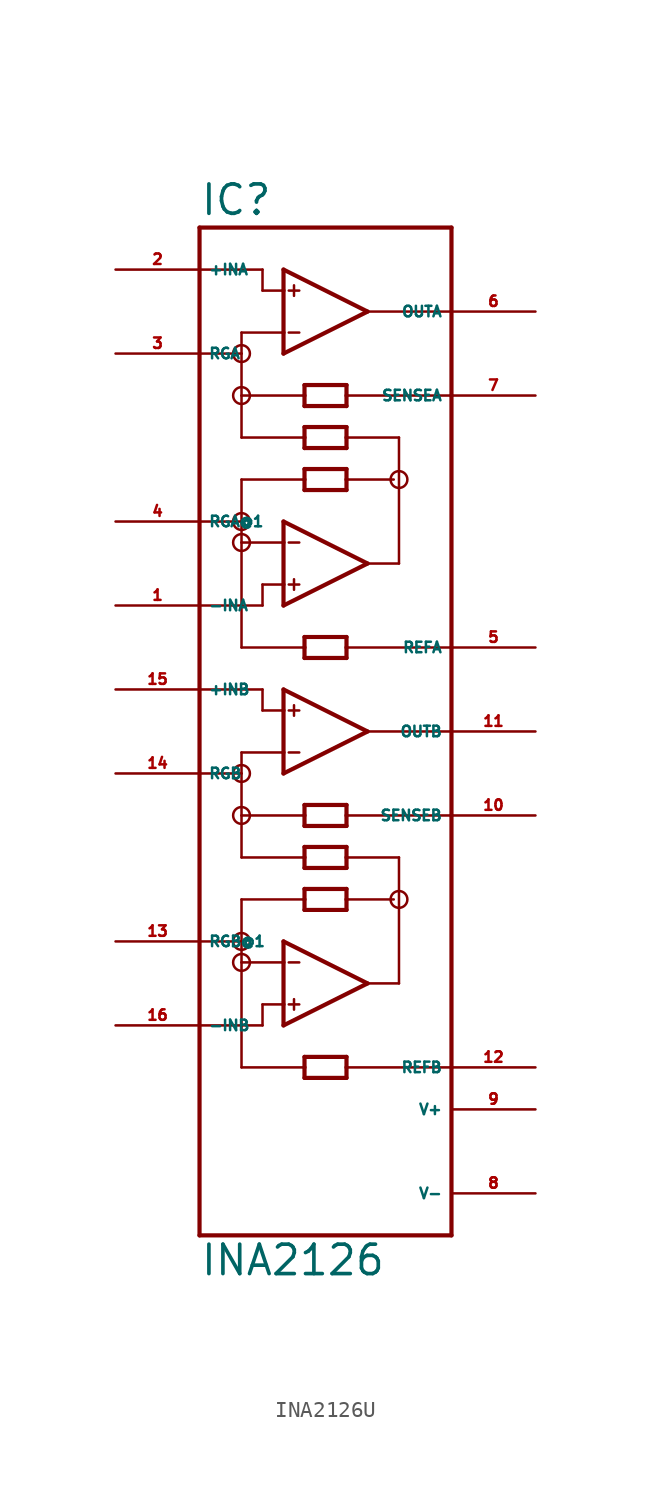
<source format=kicad_sym>
(kicad_symbol_lib
  (version 20220914)
  (generator Eagle2Kicad)
  (symbol "INA2126U"
    (property "Reference" "IC"
      (at -7.62 28.575 0)
      (effects (font (size 1.778 1.778) (thickness 0.22)) (justify left bottom)))
    (property "Value" "INA2126"
      (at -7.62 -35.56 0)
      (effects (font (size 1.778 1.778) (thickness 0.22)) (justify left bottom)))
    (polyline
      (pts (xy -2.54 20.32) (xy -2.54 21.59))
      (stroke (width 0.254) (type default))
      (fill (type none)))
    (polyline
      (pts (xy -2.54 21.59) (xy -2.54 24.13))
      (stroke (width 0.254) (type default))
      (fill (type none)))
    (polyline
      (pts (xy -2.54 24.13) (xy -2.54 25.4))
      (stroke (width 0.254) (type default))
      (fill (type none)))
    (polyline
      (pts (xy -2.54 25.4) (xy 2.54 22.86))
      (stroke (width 0.254) (type default))
      (fill (type none)))
    (polyline
      (pts (xy 2.54 22.86) (xy -2.54 20.32))
      (stroke (width 0.254) (type default))
      (fill (type none)))
    (polyline
      (pts (xy -2.54 24.13) (xy -3.81 24.13))
      (stroke (width 0.152) (type default))
      (fill (type none)))
    (polyline
      (pts (xy 1.27 15.875) (xy 1.27 15.24))
      (stroke (width 0.254) (type default))
      (fill (type none)))
    (polyline
      (pts (xy 1.27 15.24) (xy 1.27 14.605))
      (stroke (width 0.254) (type default))
      (fill (type none)))
    (polyline
      (pts (xy 1.27 14.605) (xy -1.27 14.605))
      (stroke (width 0.254) (type default))
      (fill (type none)))
    (polyline
      (pts (xy -1.27 14.605) (xy -1.27 15.24))
      (stroke (width 0.254) (type default))
      (fill (type none)))
    (polyline
      (pts (xy -1.27 15.24) (xy -1.27 15.875))
      (stroke (width 0.254) (type default))
      (fill (type none)))
    (polyline
      (pts (xy -1.27 15.875) (xy 1.27 15.875))
      (stroke (width 0.254) (type default))
      (fill (type none)))
    (polyline
      (pts (xy -1.27 18.415) (xy -1.27 17.78))
      (stroke (width 0.254) (type default))
      (fill (type none)))
    (polyline
      (pts (xy -1.27 17.78) (xy -1.27 17.145))
      (stroke (width 0.254) (type default))
      (fill (type none)))
    (polyline
      (pts (xy -1.27 17.145) (xy 1.27 17.145))
      (stroke (width 0.254) (type default))
      (fill (type none)))
    (polyline
      (pts (xy 1.27 17.145) (xy 1.27 17.78))
      (stroke (width 0.254) (type default))
      (fill (type none)))
    (polyline
      (pts (xy 1.27 17.78) (xy 1.27 18.415))
      (stroke (width 0.254) (type default))
      (fill (type none)))
    (polyline
      (pts (xy 1.27 18.415) (xy -1.27 18.415))
      (stroke (width 0.254) (type default))
      (fill (type none)))
    (polyline
      (pts (xy -2.54 21.59) (xy -5.08 21.59))
      (stroke (width 0.152) (type default))
      (fill (type none)))
    (polyline
      (pts (xy -5.08 21.59) (xy -5.08 20.32))
      (stroke (width 0.152) (type default))
      (fill (type none)))
    (polyline
      (pts (xy -2.223 24.13) (xy -1.587 24.13))
      (stroke (width 0.152) (type default))
      (fill (type none)))
    (polyline
      (pts (xy -2.223 21.59) (xy -1.587 21.59))
      (stroke (width 0.152) (type default))
      (fill (type none)))
    (polyline
      (pts (xy -1.905 24.448) (xy -1.905 23.812))
      (stroke (width 0.152) (type default))
      (fill (type none)))
    (polyline
      (pts (xy 2.54 22.86) (xy 7.62 22.86))
      (stroke (width 0.152) (type default))
      (fill (type none)))
    (polyline
      (pts (xy -2.54 5.08) (xy -2.54 6.35))
      (stroke (width 0.254) (type default))
      (fill (type none)))
    (polyline
      (pts (xy -2.54 6.35) (xy -2.54 8.89))
      (stroke (width 0.254) (type default))
      (fill (type none)))
    (polyline
      (pts (xy -2.54 8.89) (xy -2.54 10.16))
      (stroke (width 0.254) (type default))
      (fill (type none)))
    (polyline
      (pts (xy -2.54 10.16) (xy 2.54 7.62))
      (stroke (width 0.254) (type default))
      (fill (type none)))
    (polyline
      (pts (xy 2.54 7.62) (xy -2.54 5.08))
      (stroke (width 0.254) (type default))
      (fill (type none)))
    (polyline
      (pts (xy 1.27 12.065) (xy 1.27 12.7))
      (stroke (width 0.254) (type default))
      (fill (type none)))
    (polyline
      (pts (xy 1.27 12.7) (xy 1.27 13.335))
      (stroke (width 0.254) (type default))
      (fill (type none)))
    (polyline
      (pts (xy 1.27 13.335) (xy -1.27 13.335))
      (stroke (width 0.254) (type default))
      (fill (type none)))
    (polyline
      (pts (xy -1.27 13.335) (xy -1.27 12.7))
      (stroke (width 0.254) (type default))
      (fill (type none)))
    (polyline
      (pts (xy -1.27 12.7) (xy -1.27 12.065))
      (stroke (width 0.254) (type default))
      (fill (type none)))
    (polyline
      (pts (xy -1.27 12.065) (xy 1.27 12.065))
      (stroke (width 0.254) (type default))
      (fill (type none)))
    (polyline
      (pts (xy -1.27 1.905) (xy -1.27 2.54))
      (stroke (width 0.254) (type default))
      (fill (type none)))
    (polyline
      (pts (xy -1.27 2.54) (xy -1.27 3.175))
      (stroke (width 0.254) (type default))
      (fill (type none)))
    (polyline
      (pts (xy -1.27 3.175) (xy 1.27 3.175))
      (stroke (width 0.254) (type default))
      (fill (type none)))
    (polyline
      (pts (xy 1.27 3.175) (xy 1.27 2.54))
      (stroke (width 0.254) (type default))
      (fill (type none)))
    (polyline
      (pts (xy 1.27 2.54) (xy 1.27 1.905))
      (stroke (width 0.254) (type default))
      (fill (type none)))
    (polyline
      (pts (xy 1.27 1.905) (xy -1.27 1.905))
      (stroke (width 0.254) (type default))
      (fill (type none)))
    (polyline
      (pts (xy -2.54 8.89) (xy -5.08 8.89))
      (stroke (width 0.152) (type default))
      (fill (type none)))
    (polyline
      (pts (xy -5.08 8.89) (xy -5.08 10.16))
      (stroke (width 0.152) (type default))
      (fill (type none)))
    (polyline
      (pts (xy -2.54 6.35) (xy -3.81 6.35))
      (stroke (width 0.152) (type default))
      (fill (type none)))
    (polyline
      (pts (xy -2.223 8.89) (xy -1.587 8.89))
      (stroke (width 0.152) (type default))
      (fill (type none)))
    (polyline
      (pts (xy -2.223 6.35) (xy -1.587 6.35))
      (stroke (width 0.152) (type default))
      (fill (type none)))
    (polyline
      (pts (xy -1.905 6.668) (xy -1.905 6.032))
      (stroke (width 0.152) (type default))
      (fill (type none)))
    (polyline
      (pts (xy 2.54 7.62) (xy 4.445 7.62))
      (stroke (width 0.152) (type default))
      (fill (type none)))
    (polyline
      (pts (xy -7.62 25.4) (xy -3.81 25.4))
      (stroke (width 0.152) (type default))
      (fill (type none)))
    (polyline
      (pts (xy -3.81 25.4) (xy -3.81 24.13))
      (stroke (width 0.152) (type default))
      (fill (type none)))
    (polyline
      (pts (xy -7.62 20.32) (xy -5.08 20.32))
      (stroke (width 0.152) (type default))
      (fill (type none)))
    (polyline
      (pts (xy -5.08 20.32) (xy -5.08 17.78))
      (stroke (width 0.152) (type default))
      (fill (type none)))
    (polyline
      (pts (xy -5.08 17.78) (xy -1.27 17.78))
      (stroke (width 0.152) (type default))
      (fill (type none)))
    (polyline
      (pts (xy -3.81 6.35) (xy -3.81 5.08))
      (stroke (width 0.152) (type default))
      (fill (type none)))
    (polyline
      (pts (xy -3.81 5.08) (xy -7.62 5.08))
      (stroke (width 0.152) (type default))
      (fill (type none)))
    (polyline
      (pts (xy -7.62 10.16) (xy -5.08 10.16))
      (stroke (width 0.152) (type default))
      (fill (type none)))
    (polyline
      (pts (xy -5.08 15.24) (xy -1.27 15.24))
      (stroke (width 0.152) (type default))
      (fill (type none)))
    (polyline
      (pts (xy -5.08 17.78) (xy -5.08 15.24))
      (stroke (width 0.152) (type default))
      (fill (type none)))
    (polyline
      (pts (xy 1.27 15.24) (xy 4.445 15.24))
      (stroke (width 0.152) (type default))
      (fill (type none)))
    (polyline
      (pts (xy 4.445 15.24) (xy 4.445 7.62))
      (stroke (width 0.152) (type default))
      (fill (type none)))
    (polyline
      (pts (xy 1.27 12.7) (xy 4.128 12.7))
      (stroke (width 0.152) (type default))
      (fill (type none)))
    (polyline
      (pts (xy -1.27 12.7) (xy -5.08 12.7))
      (stroke (width 0.152) (type default))
      (fill (type none)))
    (polyline
      (pts (xy -5.08 12.7) (xy -5.08 10.16))
      (stroke (width 0.152) (type default))
      (fill (type none)))
    (polyline
      (pts (xy -5.08 8.89) (xy -5.08 2.54))
      (stroke (width 0.152) (type default))
      (fill (type none)))
    (polyline
      (pts (xy 1.27 2.54) (xy 7.62 2.54))
      (stroke (width 0.152) (type default))
      (fill (type none)))
    (polyline
      (pts (xy -5.08 2.54) (xy -1.27 2.54))
      (stroke (width 0.152) (type default))
      (fill (type none)))
    (polyline
      (pts (xy -2.54 -5.08) (xy -2.54 -3.81))
      (stroke (width 0.254) (type default))
      (fill (type none)))
    (polyline
      (pts (xy -2.54 -3.81) (xy -2.54 -1.27))
      (stroke (width 0.254) (type default))
      (fill (type none)))
    (polyline
      (pts (xy -2.54 -1.27) (xy -2.54 0))
      (stroke (width 0.254) (type default))
      (fill (type none)))
    (polyline
      (pts (xy -2.54 0) (xy 2.54 -2.54))
      (stroke (width 0.254) (type default))
      (fill (type none)))
    (polyline
      (pts (xy 2.54 -2.54) (xy -2.54 -5.08))
      (stroke (width 0.254) (type default))
      (fill (type none)))
    (polyline
      (pts (xy -2.54 -1.27) (xy -3.81 -1.27))
      (stroke (width 0.152) (type default))
      (fill (type none)))
    (polyline
      (pts (xy 1.27 -9.525) (xy 1.27 -10.16))
      (stroke (width 0.254) (type default))
      (fill (type none)))
    (polyline
      (pts (xy 1.27 -10.16) (xy 1.27 -10.795))
      (stroke (width 0.254) (type default))
      (fill (type none)))
    (polyline
      (pts (xy 1.27 -10.795) (xy -1.27 -10.795))
      (stroke (width 0.254) (type default))
      (fill (type none)))
    (polyline
      (pts (xy -1.27 -10.795) (xy -1.27 -10.16))
      (stroke (width 0.254) (type default))
      (fill (type none)))
    (polyline
      (pts (xy -1.27 -10.16) (xy -1.27 -9.525))
      (stroke (width 0.254) (type default))
      (fill (type none)))
    (polyline
      (pts (xy -1.27 -9.525) (xy 1.27 -9.525))
      (stroke (width 0.254) (type default))
      (fill (type none)))
    (polyline
      (pts (xy -1.27 -6.985) (xy -1.27 -7.62))
      (stroke (width 0.254) (type default))
      (fill (type none)))
    (polyline
      (pts (xy -1.27 -7.62) (xy -1.27 -8.255))
      (stroke (width 0.254) (type default))
      (fill (type none)))
    (polyline
      (pts (xy -1.27 -8.255) (xy 1.27 -8.255))
      (stroke (width 0.254) (type default))
      (fill (type none)))
    (polyline
      (pts (xy 1.27 -8.255) (xy 1.27 -7.62))
      (stroke (width 0.254) (type default))
      (fill (type none)))
    (polyline
      (pts (xy 1.27 -7.62) (xy 1.27 -6.985))
      (stroke (width 0.254) (type default))
      (fill (type none)))
    (polyline
      (pts (xy 1.27 -6.985) (xy -1.27 -6.985))
      (stroke (width 0.254) (type default))
      (fill (type none)))
    (polyline
      (pts (xy -2.54 -3.81) (xy -5.08 -3.81))
      (stroke (width 0.152) (type default))
      (fill (type none)))
    (polyline
      (pts (xy -5.08 -3.81) (xy -5.08 -5.08))
      (stroke (width 0.152) (type default))
      (fill (type none)))
    (polyline
      (pts (xy -2.223 -1.27) (xy -1.587 -1.27))
      (stroke (width 0.152) (type default))
      (fill (type none)))
    (polyline
      (pts (xy -2.223 -3.81) (xy -1.587 -3.81))
      (stroke (width 0.152) (type default))
      (fill (type none)))
    (polyline
      (pts (xy -1.905 -0.953) (xy -1.905 -1.587))
      (stroke (width 0.152) (type default))
      (fill (type none)))
    (polyline
      (pts (xy 2.54 -2.54) (xy 7.62 -2.54))
      (stroke (width 0.152) (type default))
      (fill (type none)))
    (polyline
      (pts (xy -2.54 -20.32) (xy -2.54 -19.05))
      (stroke (width 0.254) (type default))
      (fill (type none)))
    (polyline
      (pts (xy -2.54 -19.05) (xy -2.54 -16.51))
      (stroke (width 0.254) (type default))
      (fill (type none)))
    (polyline
      (pts (xy -2.54 -16.51) (xy -2.54 -15.24))
      (stroke (width 0.254) (type default))
      (fill (type none)))
    (polyline
      (pts (xy -2.54 -15.24) (xy 2.54 -17.78))
      (stroke (width 0.254) (type default))
      (fill (type none)))
    (polyline
      (pts (xy 2.54 -17.78) (xy -2.54 -20.32))
      (stroke (width 0.254) (type default))
      (fill (type none)))
    (polyline
      (pts (xy 1.27 -13.335) (xy 1.27 -12.7))
      (stroke (width 0.254) (type default))
      (fill (type none)))
    (polyline
      (pts (xy 1.27 -12.7) (xy 1.27 -12.065))
      (stroke (width 0.254) (type default))
      (fill (type none)))
    (polyline
      (pts (xy 1.27 -12.065) (xy -1.27 -12.065))
      (stroke (width 0.254) (type default))
      (fill (type none)))
    (polyline
      (pts (xy -1.27 -12.065) (xy -1.27 -12.7))
      (stroke (width 0.254) (type default))
      (fill (type none)))
    (polyline
      (pts (xy -1.27 -12.7) (xy -1.27 -13.335))
      (stroke (width 0.254) (type default))
      (fill (type none)))
    (polyline
      (pts (xy -1.27 -13.335) (xy 1.27 -13.335))
      (stroke (width 0.254) (type default))
      (fill (type none)))
    (polyline
      (pts (xy -1.27 -23.495) (xy -1.27 -22.86))
      (stroke (width 0.254) (type default))
      (fill (type none)))
    (polyline
      (pts (xy -1.27 -22.86) (xy -1.27 -22.225))
      (stroke (width 0.254) (type default))
      (fill (type none)))
    (polyline
      (pts (xy -1.27 -22.225) (xy 1.27 -22.225))
      (stroke (width 0.254) (type default))
      (fill (type none)))
    (polyline
      (pts (xy 1.27 -22.225) (xy 1.27 -22.86))
      (stroke (width 0.254) (type default))
      (fill (type none)))
    (polyline
      (pts (xy 1.27 -22.86) (xy 1.27 -23.495))
      (stroke (width 0.254) (type default))
      (fill (type none)))
    (polyline
      (pts (xy 1.27 -23.495) (xy -1.27 -23.495))
      (stroke (width 0.254) (type default))
      (fill (type none)))
    (polyline
      (pts (xy -2.54 -16.51) (xy -5.08 -16.51))
      (stroke (width 0.152) (type default))
      (fill (type none)))
    (polyline
      (pts (xy -5.08 -16.51) (xy -5.08 -15.24))
      (stroke (width 0.152) (type default))
      (fill (type none)))
    (polyline
      (pts (xy -2.54 -19.05) (xy -3.81 -19.05))
      (stroke (width 0.152) (type default))
      (fill (type none)))
    (polyline
      (pts (xy -2.223 -16.51) (xy -1.587 -16.51))
      (stroke (width 0.152) (type default))
      (fill (type none)))
    (polyline
      (pts (xy -2.223 -19.05) (xy -1.587 -19.05))
      (stroke (width 0.152) (type default))
      (fill (type none)))
    (polyline
      (pts (xy -1.905 -18.733) (xy -1.905 -19.367))
      (stroke (width 0.152) (type default))
      (fill (type none)))
    (polyline
      (pts (xy 2.54 -17.78) (xy 4.445 -17.78))
      (stroke (width 0.152) (type default))
      (fill (type none)))
    (polyline
      (pts (xy -7.62 0) (xy -3.81 0))
      (stroke (width 0.152) (type default))
      (fill (type none)))
    (polyline
      (pts (xy -3.81 0) (xy -3.81 -1.27))
      (stroke (width 0.152) (type default))
      (fill (type none)))
    (polyline
      (pts (xy -7.62 -5.08) (xy -5.08 -5.08))
      (stroke (width 0.152) (type default))
      (fill (type none)))
    (polyline
      (pts (xy -5.08 -5.08) (xy -5.08 -7.62))
      (stroke (width 0.152) (type default))
      (fill (type none)))
    (polyline
      (pts (xy -5.08 -7.62) (xy -1.27 -7.62))
      (stroke (width 0.152) (type default))
      (fill (type none)))
    (polyline
      (pts (xy -3.81 -19.05) (xy -3.81 -20.32))
      (stroke (width 0.152) (type default))
      (fill (type none)))
    (polyline
      (pts (xy -3.81 -20.32) (xy -7.62 -20.32))
      (stroke (width 0.152) (type default))
      (fill (type none)))
    (polyline
      (pts (xy -7.62 -15.24) (xy -5.08 -15.24))
      (stroke (width 0.152) (type default))
      (fill (type none)))
    (polyline
      (pts (xy -5.08 -10.16) (xy -1.27 -10.16))
      (stroke (width 0.152) (type default))
      (fill (type none)))
    (polyline
      (pts (xy -5.08 -7.62) (xy -5.08 -10.16))
      (stroke (width 0.152) (type default))
      (fill (type none)))
    (polyline
      (pts (xy 1.27 -10.16) (xy 4.445 -10.16))
      (stroke (width 0.152) (type default))
      (fill (type none)))
    (polyline
      (pts (xy 4.445 -10.16) (xy 4.445 -17.78))
      (stroke (width 0.152) (type default))
      (fill (type none)))
    (polyline
      (pts (xy 1.27 -12.7) (xy 4.128 -12.7))
      (stroke (width 0.152) (type default))
      (fill (type none)))
    (polyline
      (pts (xy -1.27 -12.7) (xy -5.08 -12.7))
      (stroke (width 0.152) (type default))
      (fill (type none)))
    (polyline
      (pts (xy -5.08 -12.7) (xy -5.08 -15.24))
      (stroke (width 0.152) (type default))
      (fill (type none)))
    (polyline
      (pts (xy -5.08 -16.51) (xy -5.08 -22.86))
      (stroke (width 0.152) (type default))
      (fill (type none)))
    (polyline
      (pts (xy -5.08 -22.86) (xy -1.27 -22.86))
      (stroke (width 0.152) (type default))
      (fill (type none)))
    (polyline
      (pts (xy 7.62 -33.02) (xy -7.62 -33.02))
      (stroke (width 0.254) (type default))
      (fill (type none)))
    (polyline
      (pts (xy -7.62 -33.02) (xy -7.62 27.94))
      (stroke (width 0.254) (type default))
      (fill (type none)))
    (polyline
      (pts (xy -7.62 27.94) (xy 7.62 27.94))
      (stroke (width 0.254) (type default))
      (fill (type none)))
    (polyline
      (pts (xy 7.62 27.94) (xy 7.62 17.78))
      (stroke (width 0.254) (type default))
      (fill (type none)))
    (polyline
      (pts (xy 7.62 17.78) (xy 7.62 2.54))
      (stroke (width 0.254) (type default))
      (fill (type none)))
    (polyline
      (pts (xy 7.62 2.54) (xy 7.62 -7.62))
      (stroke (width 0.254) (type default))
      (fill (type none)))
    (polyline
      (pts (xy 7.62 -7.62) (xy 7.62 -22.86))
      (stroke (width 0.254) (type default))
      (fill (type none)))
    (polyline
      (pts (xy 7.62 -22.86) (xy 7.62 -33.02))
      (stroke (width 0.254) (type default))
      (fill (type none)))
    (polyline
      (pts (xy 1.27 17.78) (xy 7.62 17.78))
      (stroke (width 0.152) (type default))
      (fill (type none)))
    (polyline
      (pts (xy 1.27 -22.86) (xy 7.62 -22.86))
      (stroke (width 0.152) (type default))
      (fill (type none)))
    (polyline
      (pts (xy 1.27 -7.62) (xy 7.62 -7.62))
      (stroke (width 0.152) (type default))
      (fill (type none)))
    (circle
      (center -5.08 20.32)
      (radius 0.508)
      (stroke (width 0) (type default))
      (fill (type none)))
    (circle
      (center -5.08 17.78)
      (radius 0.508)
      (stroke (width 0) (type default))
      (fill (type none)))
    (circle
      (center -5.08 10.16)
      (radius 0.508)
      (stroke (width 0) (type default))
      (fill (type none)))
    (circle
      (center -5.08 8.89)
      (radius 0.508)
      (stroke (width 0) (type default))
      (fill (type none)))
    (circle
      (center 4.445 12.7)
      (radius 0.508)
      (stroke (width 0) (type default))
      (fill (type none)))
    (circle
      (center -5.08 -5.08)
      (radius 0.508)
      (stroke (width 0) (type default))
      (fill (type none)))
    (circle
      (center -5.08 -7.62)
      (radius 0.508)
      (stroke (width 0) (type default))
      (fill (type none)))
    (circle
      (center -5.08 -16.51)
      (radius 0.508)
      (stroke (width 0) (type default))
      (fill (type none)))
    (circle
      (center -5.08 -15.24)
      (radius 0.508)
      (stroke (width 0) (type default))
      (fill (type none)))
    (circle
      (center 4.445 -12.7)
      (radius 0.508)
      (stroke (width 0) (type default))
      (fill (type none)))
    (pin input line
      (at -12.7 25.4 0)
      (length 5.08)
      (name "+INA" (effects (font (size 0.635 0.635) (thickness 0.08)) (justify left bottom)))
      (number "2" (effects (font (size 0.635 0.635) (thickness 0.08)) (justify left bottom))))
    (pin input line
      (at -12.7 5.08 0)
      (length 5.08)
      (name "-INA" (effects (font (size 0.635 0.635) (thickness 0.08)) (justify left bottom)))
      (number "1" (effects (font (size 0.635 0.635) (thickness 0.08)) (justify left bottom))))
    (pin input line
      (at -12.7 0 0)
      (length 5.08)
      (name "+INB" (effects (font (size 0.635 0.635) (thickness 0.08)) (justify left bottom)))
      (number "15" (effects (font (size 0.635 0.635) (thickness 0.08)) (justify left bottom))))
    (pin input line
      (at -12.7 -20.32 0)
      (length 5.08)
      (name "-INB" (effects (font (size 0.635 0.635) (thickness 0.08)) (justify left bottom)))
      (number "16" (effects (font (size 0.635 0.635) (thickness 0.08)) (justify left bottom))))
    (pin output line
      (at 12.7 22.86 180)
      (length 5.08)
      (name "OUTA" (effects (font (size 0.635 0.635) (thickness 0.08)) (justify left bottom)))
      (number "6" (effects (font (size 0.635 0.635) (thickness 0.08)) (justify left bottom))))
    (pin passive line
      (at 12.7 17.78 180)
      (length 5.08)
      (name "SENSEA" (effects (font (size 0.635 0.635) (thickness 0.08)) (justify left bottom)))
      (number "7" (effects (font (size 0.635 0.635) (thickness 0.08)) (justify left bottom))))
    (pin output line
      (at 12.7 -2.54 180)
      (length 5.08)
      (name "OUTB" (effects (font (size 0.635 0.635) (thickness 0.08)) (justify left bottom)))
      (number "11" (effects (font (size 0.635 0.635) (thickness 0.08)) (justify left bottom))))
    (pin passive line
      (at 12.7 -7.62 180)
      (length 5.08)
      (name "SENSEB" (effects (font (size 0.635 0.635) (thickness 0.08)) (justify left bottom)))
      (number "10" (effects (font (size 0.635 0.635) (thickness 0.08)) (justify left bottom))))
    (pin passive line
      (at -12.7 20.32 0)
      (length 5.08)
      (name "RGA" (effects (font (size 0.635 0.635) (thickness 0.08)) (justify left bottom)))
      (number "3" (effects (font (size 0.635 0.635) (thickness 0.08)) (justify left bottom))))
    (pin passive line
      (at -12.7 10.16 0)
      (length 5.08)
      (name "RGA@1" (effects (font (size 0.635 0.635) (thickness 0.08)) (justify left bottom)))
      (number "4" (effects (font (size 0.635 0.635) (thickness 0.08)) (justify left bottom))))
    (pin passive line
      (at -12.7 -5.08 0)
      (length 5.08)
      (name "RGB" (effects (font (size 0.635 0.635) (thickness 0.08)) (justify left bottom)))
      (number "14" (effects (font (size 0.635 0.635) (thickness 0.08)) (justify left bottom))))
    (pin passive line
      (at -12.7 -15.24 0)
      (length 5.08)
      (name "RGB@1" (effects (font (size 0.635 0.635) (thickness 0.08)) (justify left bottom)))
      (number "13" (effects (font (size 0.635 0.635) (thickness 0.08)) (justify left bottom))))
    (pin unspecified line
      (at 12.7 2.54 180)
      (length 5.08)
      (name "REFA" (effects (font (size 0.635 0.635) (thickness 0.08)) (justify left bottom)))
      (number "5" (effects (font (size 0.635 0.635) (thickness 0.08)) (justify left bottom))))
    (pin unspecified line
      (at 12.7 -22.86 180)
      (length 5.08)
      (name "REFB" (effects (font (size 0.635 0.635) (thickness 0.08)) (justify left bottom)))
      (number "12" (effects (font (size 0.635 0.635) (thickness 0.08)) (justify left bottom))))
    (pin unspecified line
      (at 12.7 -25.4 180)
      (length 5.08)
      (name "V+" (effects (font (size 0.635 0.635) (thickness 0.08)) (justify left bottom)))
      (number "9" (effects (font (size 0.635 0.635) (thickness 0.08)) (justify left bottom))))
    (pin unspecified line
      (at 12.7 -30.48 180)
      (length 5.08)
      (name "V-" (effects (font (size 0.635 0.635) (thickness 0.08)) (justify left bottom)))
      (number "8" (effects (font (size 0.635 0.635) (thickness 0.08)) (justify left bottom))))))
</source>
